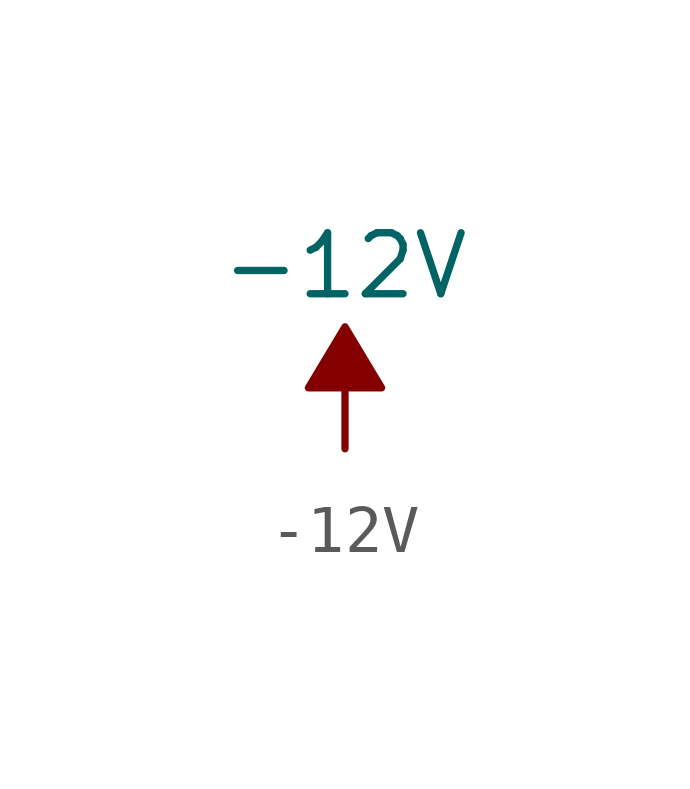
<source format=kicad_sym>
(kicad_symbol_lib
  (version 20211014)
  (generator kicad_symbol_editor)
  (symbol "-12V"
    (pin_names
      (offset 0))
    (property "Reference" "#PWR"
      (at 0 2.54 0)
      (effects (font (size 1.27 1.27)) hide))
    (property "Value" "-12V"
      (at 0 3.81 0)
      (effects (font (size 1.27 1.27))))
    (property "Footprint" ""
      (at 0 0 0)
      (effects (font (size 1.524 1.524))))
    (property "Datasheet" ""
      (at 0 0 0)
      (effects (font (size 1.524 1.524))))
    (symbol "-12V_0_0"
      (pin power_in line (at 0 0 90) (length 0) hide (name "-12V" (effects (font (size 0.508 0.508)))) (number "1" (effects (font (size 0.508 0.508))))))
    (symbol "-12V_0_1"
      (polyline (pts (xy 0 0) (xy 0 1.27) (xy 0.762 1.27) (xy 0 2.54) (xy -0.762 1.27) (xy 0 1.27)) (stroke (width 0) (type default) (color 0 0 0 0)) (fill (type outline))))))
</source>
